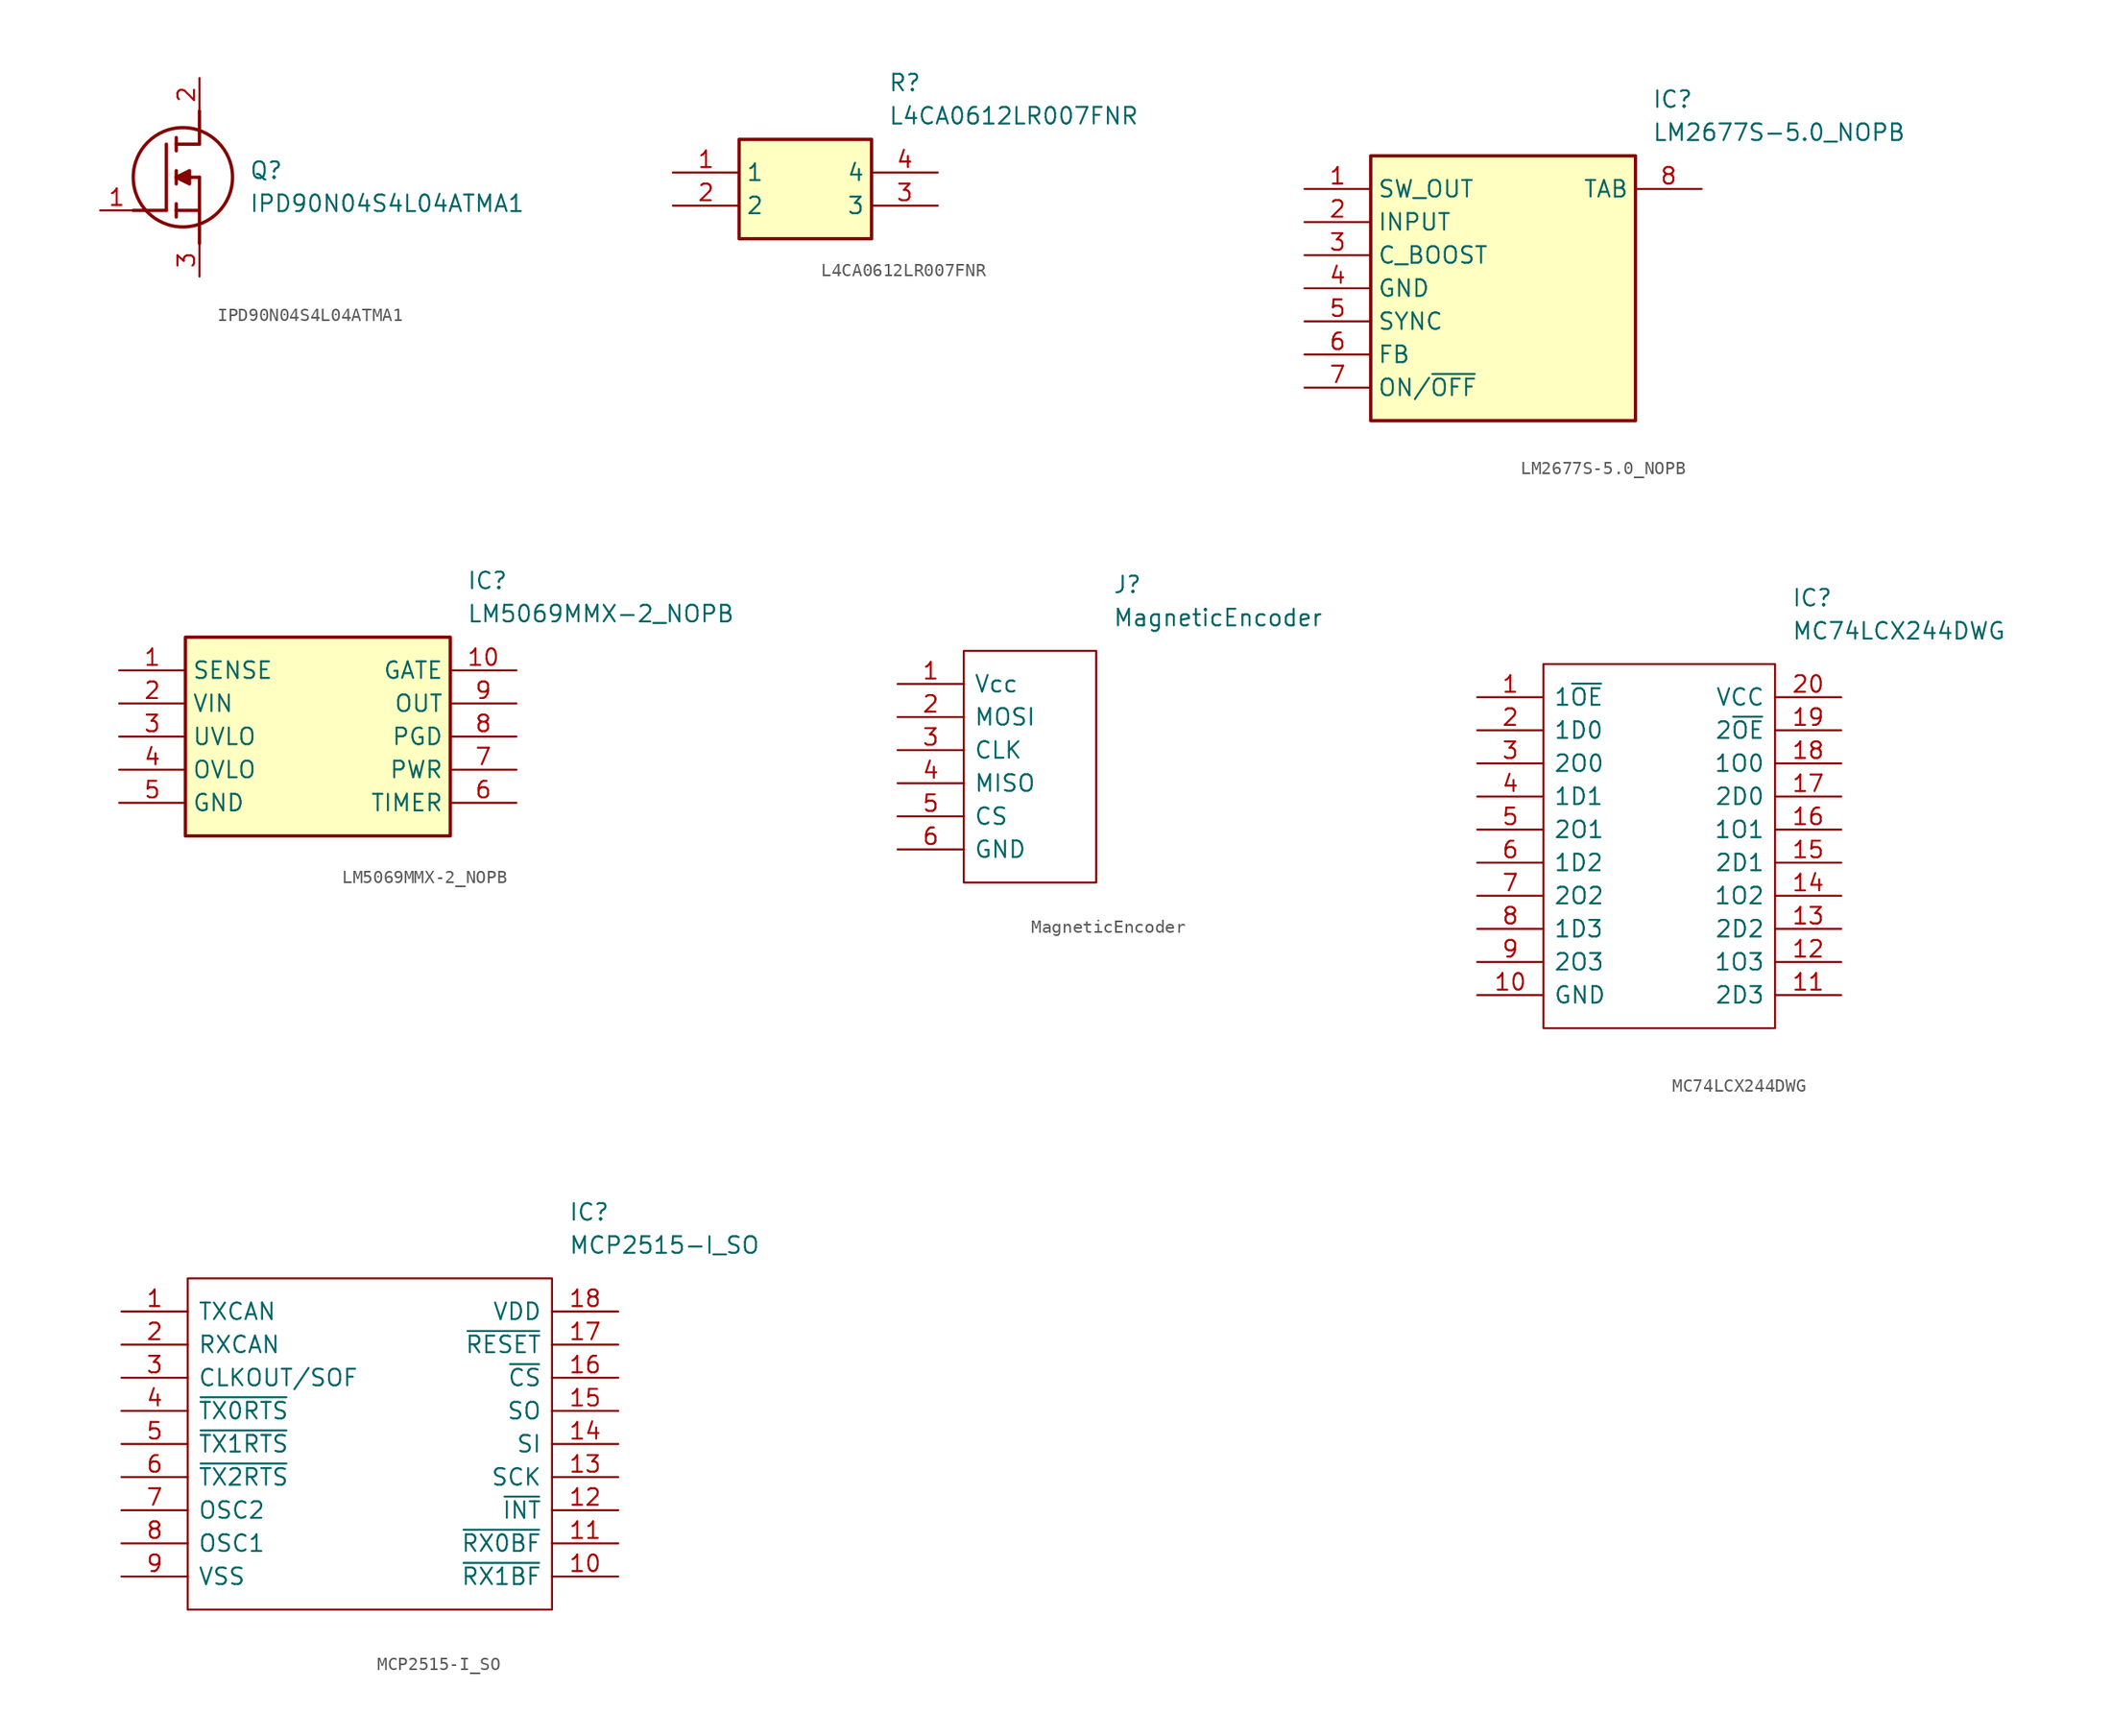
<source format=kicad_sym>
(kicad_symbol_lib
  (version 20231120)
  (generator "kicad_symbol_editor")
  (generator_version "8.0")
  (symbol "IPD90N04S4L04ATMA1"
    (pin_names hide)
    (property "Reference" "Q"
      (at 11.43 3.81 0)
      (effects (font (size 1.27 1.27)) (justify left top)))
    (property "Value" "IPD90N04S4L04ATMA1"
      (at 11.43 1.27 0)
      (effects (font (size 1.27 1.27)) (justify left top)))
    (symbol "IPD90N04S4L04ATMA1_1_1"
      (polyline (pts (xy 2.54 0) (xy 5.08 0)) (stroke (width 0.254) (type default)) (fill (type none)))
      (polyline (pts (xy 5.08 5.08) (xy 5.08 0)) (stroke (width 0.254) (type default)) (fill (type none)))
      (polyline (pts (xy 5.842 -0.508) (xy 5.842 0.508)) (stroke (width 0.254) (type default)) (fill (type none)))
      (polyline (pts (xy 5.842 0) (xy 7.62 0)) (stroke (width 0.254) (type default)) (fill (type none)))
      (polyline (pts (xy 5.842 2.032) (xy 5.842 3.048)) (stroke (width 0.254) (type default)) (fill (type none)))
      (polyline (pts (xy 5.842 5.588) (xy 5.842 4.572)) (stroke (width 0.254) (type default)) (fill (type none)))
      (polyline (pts (xy 7.62 2.54) (xy 5.842 2.54)) (stroke (width 0.254) (type default)) (fill (type none)))
      (polyline (pts (xy 7.62 2.54) (xy 7.62 -2.54)) (stroke (width 0.254) (type default)) (fill (type none)))
      (polyline (pts (xy 7.62 5.08) (xy 5.842 5.08)) (stroke (width 0.254) (type default)) (fill (type none)))
      (polyline (pts (xy 7.62 5.08) (xy 7.62 7.62)) (stroke (width 0.254) (type default)) (fill (type none)))
      (polyline (pts (xy 5.842 2.54) (xy 6.858 3.048) (xy 6.858 2.032) (xy 5.842 2.54)) (stroke (width 0.254) (type default)) (fill (type outline)))
      (circle (center 6.35 2.54) (radius 3.81) (stroke (width 0.254) (type default)) (fill (type none)))
      (pin passive line (at 0 0 0) (length 2.54) (name "G" (effects (font (size 1.27 1.27)))) (number "1" (effects (font (size 1.27 1.27)))))
      (pin passive line (at 7.62 10.16 270) (length 2.54) (name "D" (effects (font (size 1.27 1.27)))) (number "2" (effects (font (size 1.27 1.27)))))
      (pin passive line (at 7.62 -5.08 90) (length 2.54) (name "S" (effects (font (size 1.27 1.27)))) (number "3" (effects (font (size 1.27 1.27)))))))
  (symbol "L4CA0612LR007FNR"
    (property "Reference" "R"
      (at 16.51 7.62 0)
      (effects (font (size 1.27 1.27)) (justify left top)))
    (property "Value" "L4CA0612LR007FNR"
      (at 16.51 5.08 0)
      (effects (font (size 1.27 1.27)) (justify left top)))
    (symbol "L4CA0612LR007FNR_1_1"
      (rectangle (start 5.08 2.54) (end 15.24 -5.08) (stroke (width 0.254) (type default)) (fill (type background)))
      (pin passive line (at 0 0 0) (length 5.08) (name "1" (effects (font (size 1.27 1.27)))) (number "1" (effects (font (size 1.27 1.27)))))
      (pin passive line (at 0 -2.54 0) (length 5.08) (name "2" (effects (font (size 1.27 1.27)))) (number "2" (effects (font (size 1.27 1.27)))))
      (pin passive line (at 20.32 -2.54 180) (length 5.08) (name "3" (effects (font (size 1.27 1.27)))) (number "3" (effects (font (size 1.27 1.27)))))
      (pin passive line (at 20.32 0 180) (length 5.08) (name "4" (effects (font (size 1.27 1.27)))) (number "4" (effects (font (size 1.27 1.27)))))))
  (symbol "LM2677S-5.0_NOPB"
    (property "Reference" "IC"
      (at 26.67 7.62 0)
      (effects (font (size 1.27 1.27)) (justify left top)))
    (property "Value" "LM2677S-5.0_NOPB"
      (at 26.67 5.08 0)
      (effects (font (size 1.27 1.27)) (justify left top)))
    (symbol "LM2677S-5.0_NOPB_1_1"
      (rectangle (start 5.08 2.54) (end 25.4 -17.78) (stroke (width 0.254) (type default)) (fill (type background)))
      (pin output line (at 0 0 0) (length 5.08) (name "SW_OUT" (effects (font (size 1.27 1.27)))) (number "1" (effects (font (size 1.27 1.27)))))
      (pin input line (at 0 -2.54 0) (length 5.08) (name "INPUT" (effects (font (size 1.27 1.27)))) (number "2" (effects (font (size 1.27 1.27)))))
      (pin passive line (at 0 -5.08 0) (length 5.08) (name "C_BOOST" (effects (font (size 1.27 1.27)))) (number "3" (effects (font (size 1.27 1.27)))))
      (pin power_in line (at 0 -7.62 0) (length 5.08) (name "GND" (effects (font (size 1.27 1.27)))) (number "4" (effects (font (size 1.27 1.27)))))
      (pin passive line (at 0 -10.16 0) (length 5.08) (name "SYNC" (effects (font (size 1.27 1.27)))) (number "5" (effects (font (size 1.27 1.27)))))
      (pin passive line (at 0 -12.7 0) (length 5.08) (name "FB" (effects (font (size 1.27 1.27)))) (number "6" (effects (font (size 1.27 1.27)))))
      (pin passive line (at 0 -15.24 0) (length 5.08) (name "ON/~{OFF}" (effects (font (size 1.27 1.27)))) (number "7" (effects (font (size 1.27 1.27)))))
      (pin passive line (at 30.48 0 180) (length 5.08) (name "TAB" (effects (font (size 1.27 1.27)))) (number "8" (effects (font (size 1.27 1.27)))))))
  (symbol "LM5069MMX-2_NOPB"
    (property "Reference" "IC"
      (at 26.67 7.62 0)
      (effects (font (size 1.27 1.27)) (justify left top)))
    (property "Value" "LM5069MMX-2_NOPB"
      (at 26.67 5.08 0)
      (effects (font (size 1.27 1.27)) (justify left top)))
    (symbol "LM5069MMX-2_NOPB_1_1"
      (rectangle (start 5.08 2.54) (end 25.4 -12.7) (stroke (width 0.254) (type default)) (fill (type background)))
      (pin passive line (at 0 0 0) (length 5.08) (name "SENSE" (effects (font (size 1.27 1.27)))) (number "1" (effects (font (size 1.27 1.27)))))
      (pin passive line (at 30.48 0 180) (length 5.08) (name "GATE" (effects (font (size 1.27 1.27)))) (number "10" (effects (font (size 1.27 1.27)))))
      (pin passive line (at 0 -2.54 0) (length 5.08) (name "VIN" (effects (font (size 1.27 1.27)))) (number "2" (effects (font (size 1.27 1.27)))))
      (pin passive line (at 0 -5.08 0) (length 5.08) (name "UVLO" (effects (font (size 1.27 1.27)))) (number "3" (effects (font (size 1.27 1.27)))))
      (pin passive line (at 0 -7.62 0) (length 5.08) (name "OVLO" (effects (font (size 1.27 1.27)))) (number "4" (effects (font (size 1.27 1.27)))))
      (pin passive line (at 0 -10.16 0) (length 5.08) (name "GND" (effects (font (size 1.27 1.27)))) (number "5" (effects (font (size 1.27 1.27)))))
      (pin passive line (at 30.48 -10.16 180) (length 5.08) (name "TIMER" (effects (font (size 1.27 1.27)))) (number "6" (effects (font (size 1.27 1.27)))))
      (pin passive line (at 30.48 -7.62 180) (length 5.08) (name "PWR" (effects (font (size 1.27 1.27)))) (number "7" (effects (font (size 1.27 1.27)))))
      (pin passive line (at 30.48 -5.08 180) (length 5.08) (name "PGD" (effects (font (size 1.27 1.27)))) (number "8" (effects (font (size 1.27 1.27)))))
      (pin passive line (at 30.48 -2.54 180) (length 5.08) (name "OUT" (effects (font (size 1.27 1.27)))) (number "9" (effects (font (size 1.27 1.27)))))))
  (symbol "MagneticEncoder"
    (pin_names
      (offset 0.762))
    (property "Reference" "J"
      (at 16.51 7.62 0)
      (effects (font (size 1.27 1.27)) (justify left)))
    (property "Value" "MagneticEncoder"
      (at 16.51 5.08 0)
      (effects (font (size 1.27 1.27)) (justify left)))
    (symbol "MagneticEncoder_0_0"
      (pin passive line (at 0 0 0) (length 5.08) (name "Vcc" (effects (font (size 1.27 1.27)))) (number "1" (effects (font (size 1.27 1.27)))))
      (pin passive line (at 0 -2.54 0) (length 5.08) (name "MOSI" (effects (font (size 1.27 1.27)))) (number "2" (effects (font (size 1.27 1.27)))))
      (pin passive line (at 0 -5.08 0) (length 5.08) (name "CLK" (effects (font (size 1.27 1.27)))) (number "3" (effects (font (size 1.27 1.27)))))
      (pin passive line (at 0 -7.62 0) (length 5.08) (name "MISO" (effects (font (size 1.27 1.27)))) (number "4" (effects (font (size 1.27 1.27)))))
      (pin passive line (at 0 -10.16 0) (length 5.08) (name "CS" (effects (font (size 1.27 1.27)))) (number "5" (effects (font (size 1.27 1.27)))))
      (pin passive line (at 0 -12.7 0) (length 5.08) (name "GND" (effects (font (size 1.27 1.27)))) (number "6" (effects (font (size 1.27 1.27))))))
    (symbol "MagneticEncoder_0_1"
      (polyline (pts (xy 5.08 2.54) (xy 15.24 2.54) (xy 15.24 -15.24) (xy 5.08 -15.24) (xy 5.08 2.54)) (stroke (width 0.152) (type default)) (fill (type none)))))
  (symbol "MC74LCX244DWG"
    (pin_names
      (offset 0.762))
    (property "Reference" "IC"
      (at 24.13 7.62 0)
      (effects (font (size 1.27 1.27)) (justify left)))
    (property "Value" "MC74LCX244DWG"
      (at 24.13 5.08 0)
      (effects (font (size 1.27 1.27)) (justify left)))
    (symbol "MC74LCX244DWG_0_0"
      (pin passive line (at 0 0 0) (length 5.08) (name "1~{OE}" (effects (font (size 1.27 1.27)))) (number "1" (effects (font (size 1.27 1.27)))))
      (pin power_in line (at 0 -22.86 0) (length 5.08) (name "GND" (effects (font (size 1.27 1.27)))) (number "10" (effects (font (size 1.27 1.27)))))
      (pin passive line (at 27.94 -22.86 180) (length 5.08) (name "2D3" (effects (font (size 1.27 1.27)))) (number "11" (effects (font (size 1.27 1.27)))))
      (pin passive line (at 27.94 -20.32 180) (length 5.08) (name "1O3" (effects (font (size 1.27 1.27)))) (number "12" (effects (font (size 1.27 1.27)))))
      (pin passive line (at 27.94 -17.78 180) (length 5.08) (name "2D2" (effects (font (size 1.27 1.27)))) (number "13" (effects (font (size 1.27 1.27)))))
      (pin passive line (at 27.94 -15.24 180) (length 5.08) (name "1O2" (effects (font (size 1.27 1.27)))) (number "14" (effects (font (size 1.27 1.27)))))
      (pin passive line (at 27.94 -12.7 180) (length 5.08) (name "2D1" (effects (font (size 1.27 1.27)))) (number "15" (effects (font (size 1.27 1.27)))))
      (pin passive line (at 27.94 -10.16 180) (length 5.08) (name "1O1" (effects (font (size 1.27 1.27)))) (number "16" (effects (font (size 1.27 1.27)))))
      (pin passive line (at 27.94 -7.62 180) (length 5.08) (name "2D0" (effects (font (size 1.27 1.27)))) (number "17" (effects (font (size 1.27 1.27)))))
      (pin passive line (at 27.94 -5.08 180) (length 5.08) (name "1O0" (effects (font (size 1.27 1.27)))) (number "18" (effects (font (size 1.27 1.27)))))
      (pin passive line (at 27.94 -2.54 180) (length 5.08) (name "2~{OE}" (effects (font (size 1.27 1.27)))) (number "19" (effects (font (size 1.27 1.27)))))
      (pin passive line (at 0 -2.54 0) (length 5.08) (name "1D0" (effects (font (size 1.27 1.27)))) (number "2" (effects (font (size 1.27 1.27)))))
      (pin power_in line (at 27.94 0 180) (length 5.08) (name "VCC" (effects (font (size 1.27 1.27)))) (number "20" (effects (font (size 1.27 1.27)))))
      (pin passive line (at 0 -5.08 0) (length 5.08) (name "2O0" (effects (font (size 1.27 1.27)))) (number "3" (effects (font (size 1.27 1.27)))))
      (pin passive line (at 0 -7.62 0) (length 5.08) (name "1D1" (effects (font (size 1.27 1.27)))) (number "4" (effects (font (size 1.27 1.27)))))
      (pin passive line (at 0 -10.16 0) (length 5.08) (name "2O1" (effects (font (size 1.27 1.27)))) (number "5" (effects (font (size 1.27 1.27)))))
      (pin passive line (at 0 -12.7 0) (length 5.08) (name "1D2" (effects (font (size 1.27 1.27)))) (number "6" (effects (font (size 1.27 1.27)))))
      (pin passive line (at 0 -15.24 0) (length 5.08) (name "2O2" (effects (font (size 1.27 1.27)))) (number "7" (effects (font (size 1.27 1.27)))))
      (pin passive line (at 0 -17.78 0) (length 5.08) (name "1D3" (effects (font (size 1.27 1.27)))) (number "8" (effects (font (size 1.27 1.27)))))
      (pin passive line (at 0 -20.32 0) (length 5.08) (name "2O3" (effects (font (size 1.27 1.27)))) (number "9" (effects (font (size 1.27 1.27))))))
    (symbol "MC74LCX244DWG_0_1"
      (polyline (pts (xy 5.08 2.54) (xy 22.86 2.54) (xy 22.86 -25.4) (xy 5.08 -25.4) (xy 5.08 2.54)) (stroke (width 0.152) (type default)) (fill (type none)))))
  (symbol "MCP2515-I_SO"
    (pin_names
      (offset 0.762))
    (property "Reference" "IC"
      (at 34.29 7.62 0)
      (effects (font (size 1.27 1.27)) (justify left)))
    (property "Value" "MCP2515-I_SO"
      (at 34.29 5.08 0)
      (effects (font (size 1.27 1.27)) (justify left)))
    (symbol "MCP2515-I_SO_0_0"
      (pin passive line (at 0 0 0) (length 5.08) (name "TXCAN" (effects (font (size 1.27 1.27)))) (number "1" (effects (font (size 1.27 1.27)))))
      (pin passive line (at 38.1 -20.32 180) (length 5.08) (name "~{RX1BF}" (effects (font (size 1.27 1.27)))) (number "10" (effects (font (size 1.27 1.27)))))
      (pin passive line (at 38.1 -17.78 180) (length 5.08) (name "~{RX0BF}" (effects (font (size 1.27 1.27)))) (number "11" (effects (font (size 1.27 1.27)))))
      (pin passive line (at 38.1 -15.24 180) (length 5.08) (name "~{INT}" (effects (font (size 1.27 1.27)))) (number "12" (effects (font (size 1.27 1.27)))))
      (pin passive line (at 38.1 -12.7 180) (length 5.08) (name "SCK" (effects (font (size 1.27 1.27)))) (number "13" (effects (font (size 1.27 1.27)))))
      (pin passive line (at 38.1 -10.16 180) (length 5.08) (name "SI" (effects (font (size 1.27 1.27)))) (number "14" (effects (font (size 1.27 1.27)))))
      (pin passive line (at 38.1 -7.62 180) (length 5.08) (name "SO" (effects (font (size 1.27 1.27)))) (number "15" (effects (font (size 1.27 1.27)))))
      (pin passive line (at 38.1 -5.08 180) (length 5.08) (name "~{CS}" (effects (font (size 1.27 1.27)))) (number "16" (effects (font (size 1.27 1.27)))))
      (pin passive line (at 38.1 -2.54 180) (length 5.08) (name "~{RESET}" (effects (font (size 1.27 1.27)))) (number "17" (effects (font (size 1.27 1.27)))))
      (pin passive line (at 38.1 0 180) (length 5.08) (name "VDD" (effects (font (size 1.27 1.27)))) (number "18" (effects (font (size 1.27 1.27)))))
      (pin passive line (at 0 -2.54 0) (length 5.08) (name "RXCAN" (effects (font (size 1.27 1.27)))) (number "2" (effects (font (size 1.27 1.27)))))
      (pin passive line (at 0 -5.08 0) (length 5.08) (name "CLKOUT/SOF" (effects (font (size 1.27 1.27)))) (number "3" (effects (font (size 1.27 1.27)))))
      (pin passive line (at 0 -7.62 0) (length 5.08) (name "~{TX0RTS}" (effects (font (size 1.27 1.27)))) (number "4" (effects (font (size 1.27 1.27)))))
      (pin passive line (at 0 -10.16 0) (length 5.08) (name "~{TX1RTS}" (effects (font (size 1.27 1.27)))) (number "5" (effects (font (size 1.27 1.27)))))
      (pin passive line (at 0 -12.7 0) (length 5.08) (name "~{TX2RTS}" (effects (font (size 1.27 1.27)))) (number "6" (effects (font (size 1.27 1.27)))))
      (pin passive line (at 0 -15.24 0) (length 5.08) (name "OSC2" (effects (font (size 1.27 1.27)))) (number "7" (effects (font (size 1.27 1.27)))))
      (pin passive line (at 0 -17.78 0) (length 5.08) (name "OSC1" (effects (font (size 1.27 1.27)))) (number "8" (effects (font (size 1.27 1.27)))))
      (pin passive line (at 0 -20.32 0) (length 5.08) (name "VSS" (effects (font (size 1.27 1.27)))) (number "9" (effects (font (size 1.27 1.27))))))
    (symbol "MCP2515-I_SO_0_1"
      (polyline (pts (xy 5.08 2.54) (xy 33.02 2.54) (xy 33.02 -22.86) (xy 5.08 -22.86) (xy 5.08 2.54)) (stroke (width 0.152) (type default)) (fill (type none))))))
</source>
